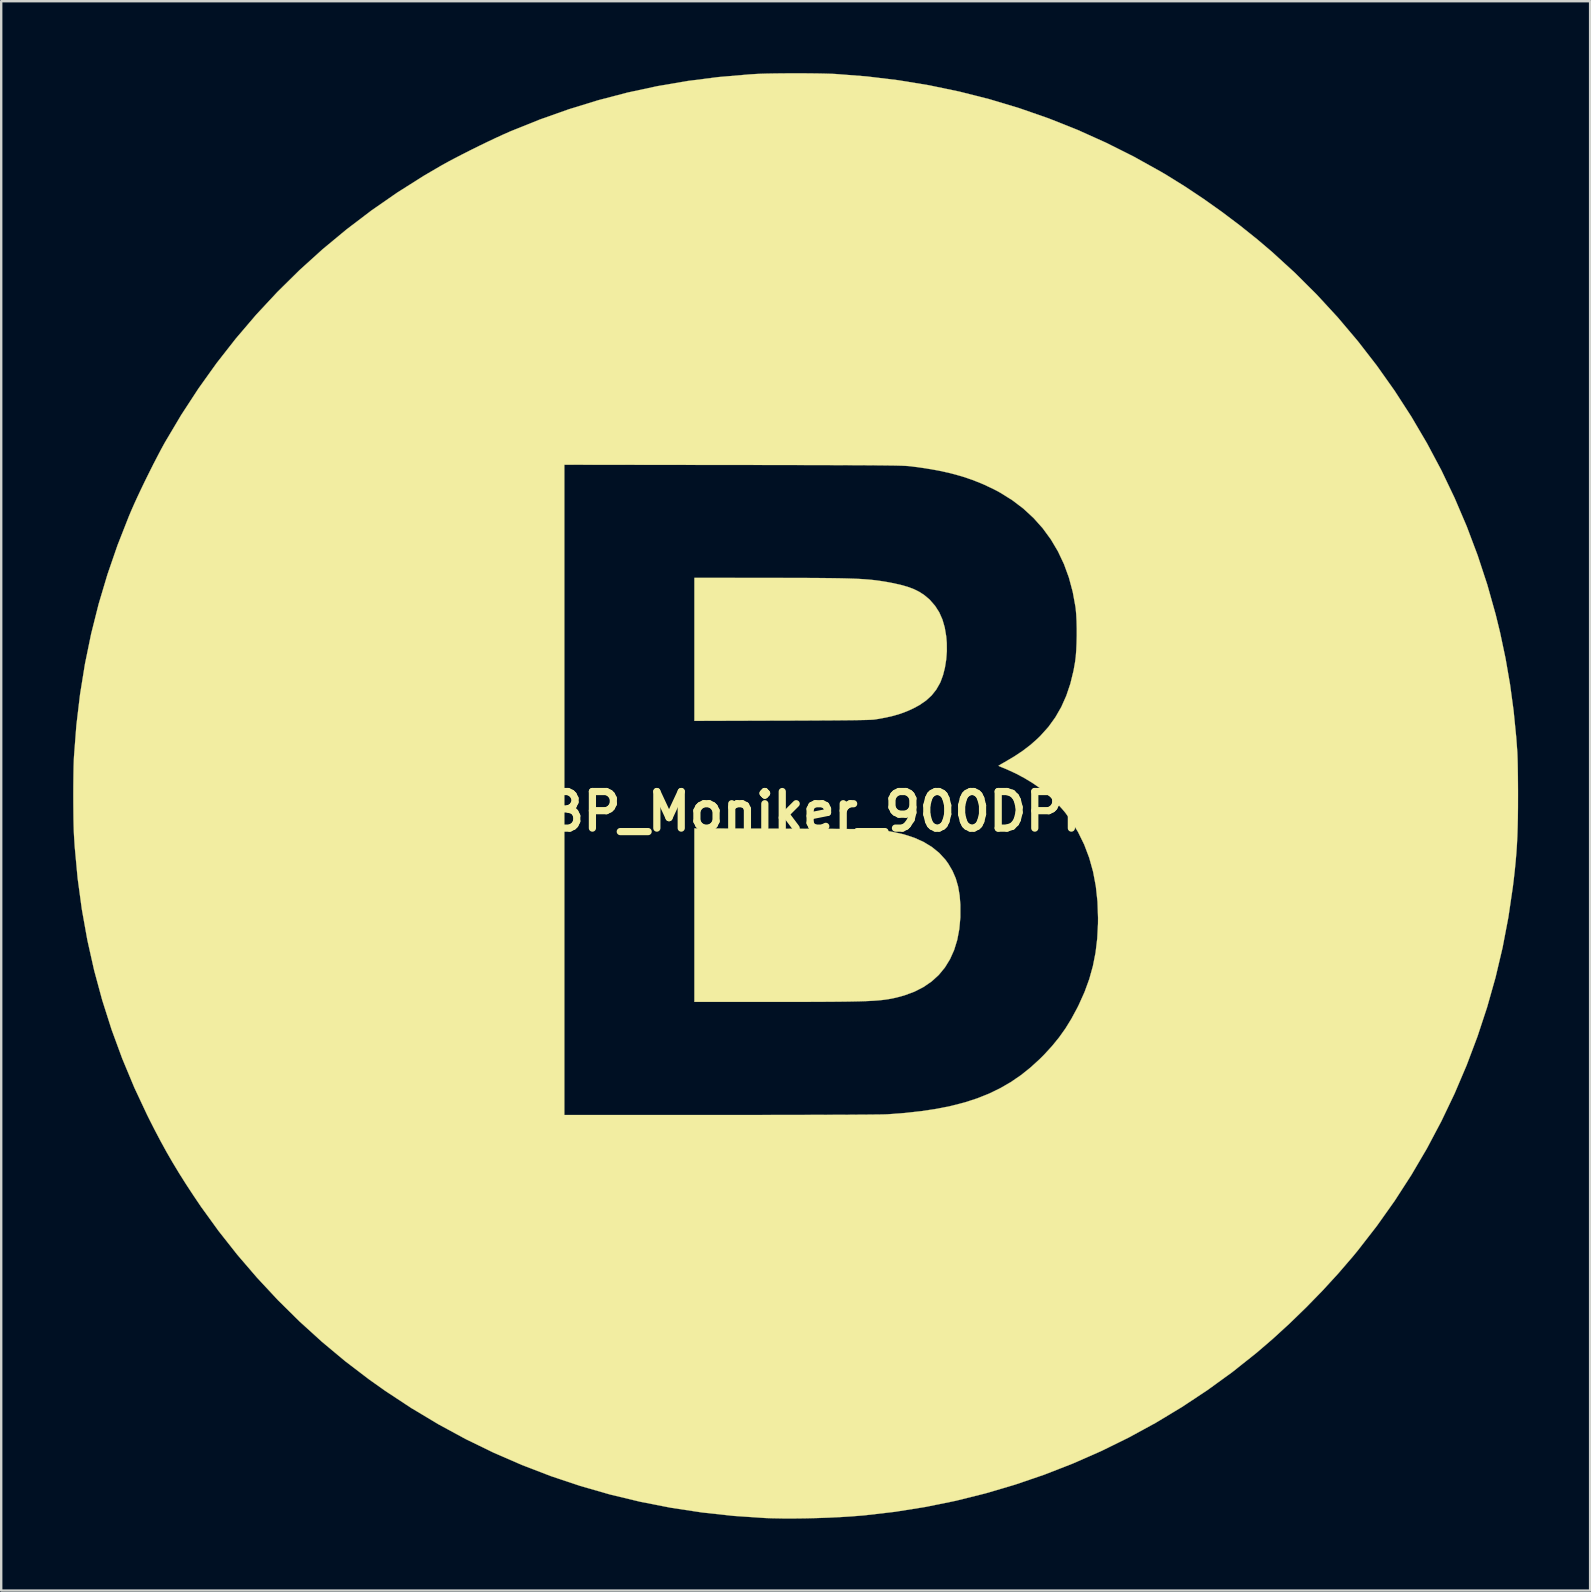
<source format=kicad_pcb>
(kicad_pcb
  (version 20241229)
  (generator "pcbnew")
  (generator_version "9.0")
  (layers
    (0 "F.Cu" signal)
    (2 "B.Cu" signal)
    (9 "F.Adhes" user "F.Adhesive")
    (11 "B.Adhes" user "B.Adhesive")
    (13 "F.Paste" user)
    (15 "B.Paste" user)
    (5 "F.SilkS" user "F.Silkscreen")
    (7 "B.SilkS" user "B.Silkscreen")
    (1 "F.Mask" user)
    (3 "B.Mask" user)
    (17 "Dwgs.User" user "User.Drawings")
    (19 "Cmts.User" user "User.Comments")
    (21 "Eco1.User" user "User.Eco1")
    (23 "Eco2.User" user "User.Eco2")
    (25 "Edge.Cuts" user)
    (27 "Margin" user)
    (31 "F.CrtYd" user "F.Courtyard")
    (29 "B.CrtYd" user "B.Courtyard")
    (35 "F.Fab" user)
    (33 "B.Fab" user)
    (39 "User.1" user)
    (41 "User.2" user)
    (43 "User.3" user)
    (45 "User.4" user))
  (footprint "CBP_Moniker_900DPI"
    (layer "F.Cu")
    (at 30.089 30.766)
    (property "Reference" "CBP_Moniker_900DPI" (at 0 0 0) (layer "F.SilkS") (effects (font (size 1.524 1.524) (thickness 0.3))))
    (attr through_hole)
    (fp_poly (pts (xy -1.108 -9.736) (xy -0.537 -9.736) (xy -0.018 -9.735) (xy 0.451 -9.734) (xy 0.874 -9.732) (xy 1.255 -9.728) (xy 1.597 -9.724) (xy 1.904 -9.719) (xy 2.179 -9.712) (xy 2.427 -9.704) (xy 2.649 -9.694) (xy 2.851 -9.682) (xy 3.036 -9.668) (xy 3.206 -9.652) (xy 3.366 -9.634) (xy 3.519 -9.613) (xy 3.669 -9.59) (xy 3.82 -9.565) (xy 3.974 -9.536) (xy 4.036 -9.524) (xy 4.385 -9.448) (xy 4.684 -9.363) (xy 4.944 -9.266) (xy 5.17 -9.153) (xy 5.372 -9.021) (xy 5.557 -8.867) (xy 5.619 -8.808) (xy 5.828 -8.566) (xy 5.998 -8.3) (xy 6.13 -8.002) (xy 6.226 -7.671) (xy 6.288 -7.3) (xy 6.311 -7.027) (xy 6.314 -6.684) (xy 6.288 -6.337) (xy 6.235 -6.001) (xy 6.156 -5.688) (xy 6.055 -5.411) (xy 6.026 -5.349) (xy 5.87 -5.077) (xy 5.679 -4.838) (xy 5.449 -4.627) (xy 5.174 -4.438) (xy 4.925 -4.303) (xy 4.658 -4.182) (xy 4.387 -4.08) (xy 4.098 -3.994) (xy 3.781 -3.92) (xy 3.424 -3.855) (xy 3.288 -3.834) (xy 3.233 -3.829) (xy 3.142 -3.824) (xy 3.014 -3.819) (xy 2.847 -3.815) (xy 2.639 -3.811) (xy 2.389 -3.807) (xy 2.094 -3.804) (xy 1.753 -3.801) (xy 1.364 -3.798) (xy 0.926 -3.796) (xy 0.436 -3.793) (xy -0.108 -3.791) (xy -0.572 -3.79) (xy -4.205 -3.779) (xy -4.205 -9.737) (xy -1.108 -9.736)) (stroke (width 0.01) (type solid)) (fill yes) (layer "F.SilkS"))
    (fp_poly (pts (xy -0.501 0.714) (xy 0.045 0.716) (xy 0.537 0.718) (xy 0.979 0.719) (xy 1.375 0.721) (xy 1.728 0.723) (xy 2.04 0.726) (xy 2.316 0.729) (xy 2.559 0.732) (xy 2.771 0.736) (xy 2.956 0.74) (xy 3.118 0.746) (xy 3.259 0.752) (xy 3.383 0.76) (xy 3.494 0.768) (xy 3.594 0.778) (xy 3.687 0.789) (xy 3.776 0.801) (xy 3.864 0.815) (xy 3.955 0.83) (xy 4.051 0.847) (xy 4.527 0.952) (xy 4.96 1.093) (xy 5.35 1.269) (xy 5.695 1.48) (xy 5.997 1.726) (xy 6.255 2.007) (xy 6.373 2.17) (xy 6.548 2.468) (xy 6.684 2.781) (xy 6.782 3.118) (xy 6.846 3.487) (xy 6.877 3.881) (xy 6.877 4.406) (xy 6.833 4.896) (xy 6.747 5.35) (xy 6.618 5.769) (xy 6.446 6.152) (xy 6.233 6.498) (xy 5.978 6.807) (xy 5.681 7.078) (xy 5.343 7.31) (xy 4.965 7.504) (xy 4.546 7.659) (xy 4.332 7.719) (xy 4.217 7.748) (xy 4.104 7.774) (xy 3.991 7.797) (xy 3.874 7.818) (xy 3.749 7.836) (xy 3.615 7.853) (xy 3.467 7.867) (xy 3.303 7.88) (xy 3.119 7.89) (xy 2.912 7.9) (xy 2.678 7.907) (xy 2.416 7.913) (xy 2.12 7.918) (xy 1.789 7.922) (xy 1.419 7.925) (xy 1.006 7.927) (xy 0.548 7.929) (xy 0.042 7.93) (xy -0.516 7.93) (xy -0.783 7.93) (xy -4.205 7.93) (xy -4.205 0.702) (xy -0.501 0.714)) (stroke (width 0.01) (type solid)) (fill yes) (layer "F.SilkS"))
    (fp_poly (pts (xy 0.387 -30.76) (xy 0.707 -30.757) (xy 1.007 -30.753) (xy 1.278 -30.747) (xy 1.511 -30.74) (xy 1.667 -30.733) (xy 2.982 -30.631) (xy 4.284 -30.474) (xy 5.571 -30.263) (xy 6.842 -29.998) (xy 8.098 -29.68) (xy 9.337 -29.307) (xy 10.558 -28.882) (xy 11.76 -28.404) (xy 12.943 -27.872) (xy 14.106 -27.289) (xy 15.248 -26.653) (xy 15.494 -26.507) (xy 16.248 -26.038) (xy 17.013 -25.528) (xy 17.778 -24.985) (xy 18.528 -24.419) (xy 19.252 -23.84) (xy 19.858 -23.325) (xy 20.816 -22.449) (xy 21.733 -21.535) (xy 22.608 -20.585) (xy 23.44 -19.601) (xy 24.228 -18.584) (xy 24.971 -17.535) (xy 25.668 -16.457) (xy 26.318 -15.351) (xy 26.921 -14.218) (xy 27.474 -13.061) (xy 27.978 -11.88) (xy 28.431 -10.677) (xy 28.833 -9.455) (xy 29.182 -8.214) (xy 29.365 -7.465) (xy 29.594 -6.382) (xy 29.781 -5.301) (xy 29.929 -4.207) (xy 30.04 -3.088) (xy 30.085 -2.47) (xy 30.09 -2.347) (xy 30.096 -2.176) (xy 30.101 -1.964) (xy 30.105 -1.721) (xy 30.109 -1.454) (xy 30.111 -1.171) (xy 30.113 -0.881) (xy 30.113 -0.663) (xy 30.112 -0.18) (xy 30.107 0.256) (xy 30.098 0.655) (xy 30.086 1.027) (xy 30.068 1.382) (xy 30.045 1.729) (xy 30.015 2.078) (xy 29.98 2.439) (xy 29.937 2.821) (xy 29.899 3.133) (xy 29.712 4.404) (xy 29.471 5.666) (xy 29.176 6.915) (xy 28.827 8.15) (xy 28.426 9.368) (xy 27.974 10.568) (xy 27.472 11.747) (xy 26.919 12.904) (xy 26.319 14.037) (xy 25.67 15.142) (xy 24.974 16.22) (xy 24.232 17.266) (xy 23.445 18.28) (xy 23.23 18.542) (xy 22.624 19.246) (xy 21.975 19.954) (xy 21.295 20.652) (xy 20.595 21.331) (xy 19.888 21.978) (xy 19.219 22.553) (xy 18.214 23.352) (xy 17.176 24.105) (xy 16.107 24.813) (xy 15.01 25.474) (xy 13.885 26.087) (xy 12.735 26.652) (xy 11.563 27.167) (xy 10.37 27.632) (xy 9.157 28.046) (xy 7.928 28.409) (xy 6.683 28.719) (xy 5.425 28.975) (xy 4.157 29.177) (xy 2.879 29.325) (xy 2.752 29.336) (xy 2.33 29.369) (xy 1.873 29.398) (xy 1.393 29.421) (xy 0.902 29.438) (xy 0.411 29.45) (xy -0.069 29.456) (xy -0.525 29.455) (xy -0.946 29.447) (xy -1.248 29.437) (xy -2.575 29.348) (xy -3.887 29.205) (xy -5.182 29.009) (xy -6.46 28.759) (xy -7.72 28.456) (xy -8.962 28.099) (xy -10.185 27.69) (xy -11.388 27.228) (xy -12.571 26.714) (xy -13.734 26.148) (xy -14.874 25.529) (xy -15.993 24.859) (xy -17.089 24.137) (xy -17.773 23.652) (xy -18.762 22.897) (xy -19.725 22.093) (xy -20.659 21.245) (xy -21.56 20.355) (xy -22.424 19.428) (xy -23.25 18.467) (xy -24.032 17.475) (xy -24.769 16.456) (xy -25.073 16.005) (xy -25.389 15.523) (xy -25.676 15.068) (xy -25.942 14.628) (xy -26.196 14.189) (xy -26.444 13.737) (xy -26.695 13.261) (xy -26.956 12.746) (xy -26.992 12.672) (xy -27.006 12.644) (xy -9.624 12.644) (xy -3.126 12.643) (xy -2.375 12.643) (xy -1.66 12.643) (xy -0.981 12.642) (xy -0.341 12.641) (xy 0.26 12.64) (xy 0.82 12.639) (xy 1.338 12.637) (xy 1.811 12.636) (xy 2.239 12.634) (xy 2.621 12.631) (xy 2.954 12.629) (xy 3.238 12.626) (xy 3.471 12.624) (xy 3.651 12.621) (xy 3.778 12.617) (xy 3.838 12.615) (xy 4.576 12.559) (xy 5.263 12.482) (xy 5.905 12.384) (xy 6.504 12.263) (xy 7.064 12.118) (xy 7.588 11.948) (xy 8.08 11.751) (xy 8.544 11.525) (xy 8.983 11.27) (xy 9.401 10.984) (xy 9.8 10.665) (xy 10.185 10.314) (xy 10.372 10.127) (xy 10.7 9.769) (xy 10.992 9.41) (xy 11.258 9.036) (xy 11.505 8.634) (xy 11.744 8.191) (xy 11.811 8.057) (xy 12.052 7.521) (xy 12.248 6.984) (xy 12.4 6.439) (xy 12.511 5.878) (xy 12.581 5.292) (xy 12.613 4.674) (xy 12.615 4.433) (xy 12.592 3.758) (xy 12.523 3.115) (xy 12.408 2.505) (xy 12.246 1.925) (xy 12.038 1.375) (xy 11.783 0.855) (xy 11.481 0.364) (xy 11.246 0.042) (xy 11.117 -0.112) (xy 10.955 -0.287) (xy 10.772 -0.47) (xy 10.582 -0.65) (xy 10.398 -0.814) (xy 10.231 -0.949) (xy 10.225 -0.954) (xy 9.909 -1.175) (xy 9.556 -1.39) (xy 9.185 -1.588) (xy 8.813 -1.759) (xy 8.7 -1.806) (xy 8.596 -1.848) (xy 8.516 -1.882) (xy 8.472 -1.903) (xy 8.467 -1.907) (xy 8.49 -1.923) (xy 8.552 -1.961) (xy 8.643 -2.014) (xy 8.728 -2.062) (xy 9.124 -2.296) (xy 9.475 -2.53) (xy 9.791 -2.771) (xy 10.081 -3.027) (xy 10.216 -3.159) (xy 10.547 -3.527) (xy 10.835 -3.926) (xy 11.083 -4.357) (xy 11.291 -4.824) (xy 11.461 -5.328) (xy 11.594 -5.872) (xy 11.66 -6.245) (xy 11.687 -6.464) (xy 11.707 -6.726) (xy 11.72 -7.017) (xy 11.727 -7.325) (xy 11.727 -7.634) (xy 11.72 -7.933) (xy 11.706 -8.208) (xy 11.685 -8.445) (xy 11.675 -8.523) (xy 11.561 -9.15) (xy 11.401 -9.747) (xy 11.195 -10.311) (xy 10.944 -10.842) (xy 10.649 -11.34) (xy 10.31 -11.804) (xy 9.928 -12.231) (xy 9.504 -12.623) (xy 9.037 -12.977) (xy 8.53 -13.293) (xy 8.269 -13.432) (xy 7.842 -13.634) (xy 7.405 -13.811) (xy 6.952 -13.964) (xy 6.475 -14.096) (xy 5.966 -14.209) (xy 5.418 -14.304) (xy 4.826 -14.385) (xy 4.779 -14.39) (xy 4.728 -14.395) (xy 4.67 -14.399) (xy 4.604 -14.403) (xy 4.527 -14.407) (xy 4.436 -14.411) (xy 4.33 -14.414) (xy 4.207 -14.417) (xy 4.064 -14.42) (xy 3.899 -14.422) (xy 3.711 -14.424) (xy 3.496 -14.427) (xy 3.252 -14.428) (xy 2.979 -14.43) (xy 2.672 -14.432) (xy 2.331 -14.433) (xy 1.953 -14.434) (xy 1.535 -14.436) (xy 1.076 -14.437) (xy 0.573 -14.438) (xy 0.025 -14.439) (xy -0.571 -14.44) (xy -1.217 -14.441) (xy -1.916 -14.442) (xy -2.603 -14.442) (xy -9.624 -14.451) (xy -9.624 12.644) (xy -27.006 12.644) (xy -27.545 11.494) (xy -28.043 10.299) (xy -28.488 9.088) (xy -28.879 7.86) (xy -29.216 6.615) (xy -29.499 5.353) (xy -29.728 4.075) (xy -29.904 2.779) (xy -30.025 1.467) (xy -30.055 0.99) (xy -30.064 0.797) (xy -30.071 0.558) (xy -30.077 0.281) (xy -30.08 -0.024) (xy -30.083 -0.346) (xy -30.084 -0.677) (xy -30.083 -1.008) (xy -30.08 -1.328) (xy -30.076 -1.628) (xy -30.071 -1.898) (xy -30.063 -2.13) (xy -30.056 -2.286) (xy -29.956 -3.596) (xy -29.803 -4.885) (xy -29.598 -6.155) (xy -29.34 -7.409) (xy -29.028 -8.65) (xy -28.662 -9.878) (xy -28.242 -11.097) (xy -27.766 -12.309) (xy -27.672 -12.531) (xy -27.558 -12.791) (xy -27.422 -13.09) (xy -27.269 -13.415) (xy -27.104 -13.758) (xy -26.932 -14.106) (xy -26.76 -14.449) (xy -26.592 -14.775) (xy -26.435 -15.075) (xy -26.292 -15.336) (xy -26.259 -15.395) (xy -25.587 -16.527) (xy -24.871 -17.624) (xy -24.112 -18.686) (xy -23.31 -19.711) (xy -22.466 -20.7) (xy -21.581 -21.65) (xy -20.657 -22.561) (xy -19.694 -23.432) (xy -18.692 -24.262) (xy -17.655 -25.05) (xy -16.581 -25.795) (xy -15.472 -26.496) (xy -14.718 -26.936) (xy -14.468 -27.074) (xy -14.177 -27.228) (xy -13.856 -27.394) (xy -13.517 -27.566) (xy -13.169 -27.738) (xy -12.824 -27.905) (xy -12.493 -28.062) (xy -12.186 -28.203) (xy -11.915 -28.323) (xy -11.853 -28.35) (xy -10.648 -28.834) (xy -9.437 -29.263) (xy -8.218 -29.638) (xy -6.989 -29.959) (xy -5.747 -30.226) (xy -4.489 -30.441) (xy -3.212 -30.604) (xy -1.913 -30.715) (xy -1.609 -30.734) (xy -1.417 -30.742) (xy -1.178 -30.749) (xy -0.902 -30.754) (xy -0.597 -30.758) (xy -0.275 -30.76) (xy 0.056 -30.761) (xy 0.387 -30.76)) (stroke (width 0.01) (type solid)) (fill yes) (layer "F.SilkS")))
  (gr_rect
    (start -3 -3)
    (end 63.207 63.226)
    (stroke (width 0.1) (type default))
    (fill no)
    (layer "Edge.Cuts")))
</source>
